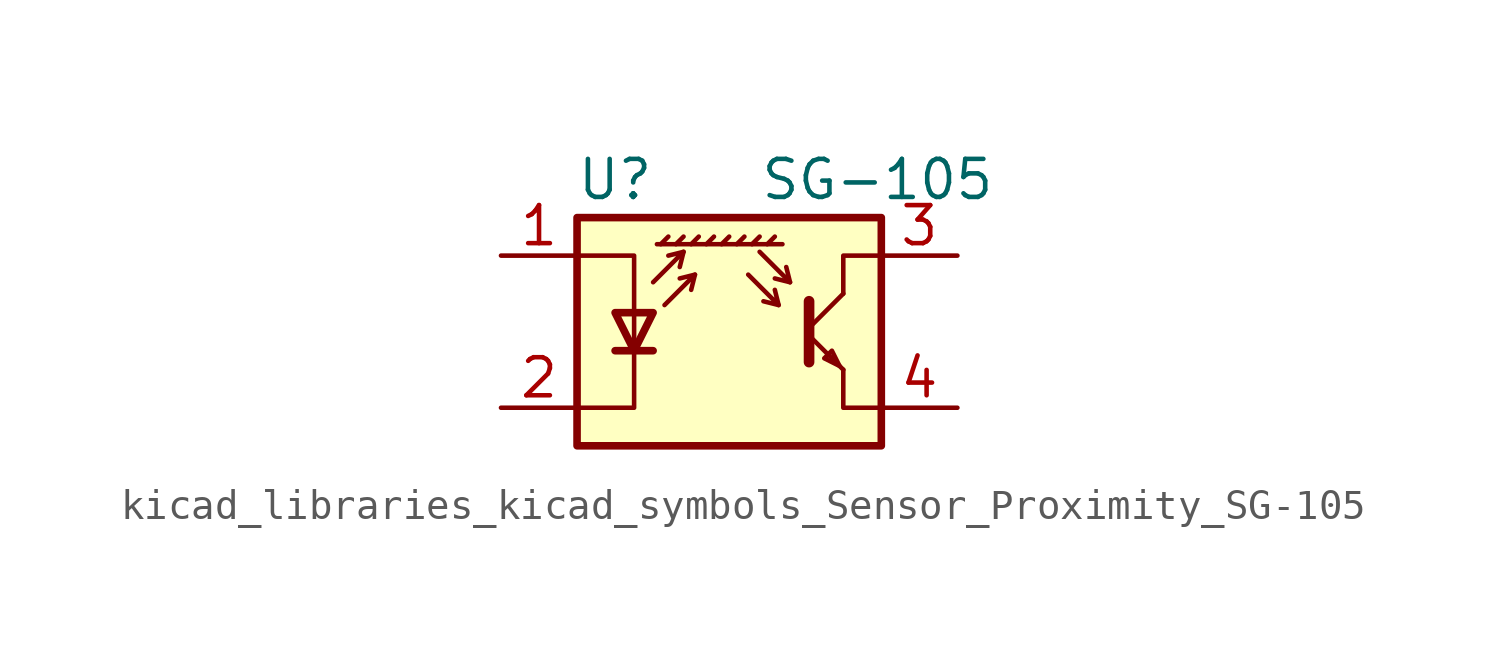
<source format=kicad_sym>
(kicad_symbol_lib
  (version 20220914)
  (generator kicad_symbol_editor)
  (symbol "kicad_libraries_kicad_symbols_Sensor_Proximity_SG-105"
    (pin_names
      (offset 1.016) hide)
    (property "Reference" "U"
      (at -3.81 5.08 0)
      (effects (font (size 1.27 1.27))))
    (property "Value" "SG-105"
      (at 8.89 5.08 0)
      (effects (font (size 1.27 1.27)) (justify right)))
    (symbol "kicad_libraries_kicad_symbols_Sensor_Proximity_SG-105_0_1"
      (polyline (pts (xy -3.81 -0.635) (xy -2.54 -0.635)) (stroke (width 0.254) (type default)) (fill (type none)))
      (polyline (pts (xy -2.286 2.921) (xy -2.032 3.175)) (stroke (width 0) (type default)) (fill (type none)))
      (polyline (pts (xy -1.778 2.921) (xy -1.524 3.175)) (stroke (width 0) (type default)) (fill (type none)))
      (polyline (pts (xy -1.524 2.667) (xy -1.651 2.159)) (stroke (width 0) (type default)) (fill (type none)))
      (polyline (pts (xy -1.27 2.921) (xy -1.016 3.175)) (stroke (width 0) (type default)) (fill (type none)))
      (polyline (pts (xy -1.143 1.905) (xy -1.27 1.397)) (stroke (width 0) (type default)) (fill (type none)))
      (polyline (pts (xy -0.762 2.921) (xy -0.508 3.175)) (stroke (width 0) (type default)) (fill (type none)))
      (polyline (pts (xy -0.254 2.921) (xy 0 3.175)) (stroke (width 0) (type default)) (fill (type none)))
      (polyline (pts (xy 0.254 2.921) (xy 0.508 3.175)) (stroke (width 0) (type default)) (fill (type none)))
      (polyline (pts (xy 0.762 2.921) (xy 1.016 3.175)) (stroke (width 0) (type default)) (fill (type none)))
      (polyline (pts (xy 1.27 2.921) (xy 1.524 3.175)) (stroke (width 0) (type default)) (fill (type none)))
      (polyline (pts (xy 1.651 0.889) (xy 1.143 1.016)) (stroke (width 0) (type default)) (fill (type none)))
      (polyline (pts (xy 1.778 2.921) (xy -2.413 2.921)) (stroke (width 0) (type default)) (fill (type none)))
      (polyline (pts (xy 2.032 1.651) (xy 1.524 1.778)) (stroke (width 0) (type default)) (fill (type none)))
      (polyline (pts (xy 2.667 -0.127) (xy 3.81 -1.27)) (stroke (width 0) (type default)) (fill (type none)))
      (polyline (pts (xy 2.667 0.127) (xy 3.81 1.27)) (stroke (width 0) (type default)) (fill (type none)))
      (polyline (pts (xy -2.54 1.651) (xy -1.524 2.667) (xy -2.032 2.54)) (stroke (width 0) (type default)) (fill (type none)))
      (polyline (pts (xy -2.159 0.889) (xy -1.143 1.905) (xy -1.651 1.778)) (stroke (width 0) (type default)) (fill (type none)))
      (polyline (pts (xy 0.635 1.905) (xy 1.651 0.889) (xy 1.524 1.397)) (stroke (width 0) (type default)) (fill (type none)))
      (polyline (pts (xy 1.016 2.667) (xy 2.032 1.651) (xy 1.905 2.159)) (stroke (width 0) (type default)) (fill (type none)))
      (polyline (pts (xy 2.667 1.016) (xy 2.667 -1.016) (xy 2.667 -1.016)) (stroke (width 0.356) (type default)) (fill (type none)))
      (polyline (pts (xy 3.81 -1.27) (xy 3.81 -2.54) (xy 5.08 -2.54)) (stroke (width 0) (type default)) (fill (type none)))
      (polyline (pts (xy 3.81 1.27) (xy 3.81 2.54) (xy 5.08 2.54)) (stroke (width 0) (type default)) (fill (type none)))
      (polyline (pts (xy -5.08 -2.54) (xy -3.175 -2.54) (xy -3.175 2.54) (xy -5.08 2.54)) (stroke (width 0) (type default)) (fill (type none)))
      (polyline (pts (xy -3.175 -0.635) (xy -3.81 0.635) (xy -2.54 0.635) (xy -3.175 -0.635)) (stroke (width 0.254) (type default)) (fill (type none)))
      (polyline (pts (xy 3.683 -1.143) (xy 3.429 -0.635) (xy 3.175 -0.889) (xy 3.683 -1.143)) (stroke (width 0) (type default)) (fill (type none)))
      (polyline (pts (xy -5.08 -3.81) (xy 5.08 -3.81) (xy 5.08 3.81) (xy -5.08 3.81) (xy -5.08 -3.81)) (stroke (width 0.254) (type default)) (fill (type background))))
    (symbol "kicad_libraries_kicad_symbols_Sensor_Proximity_SG-105_1_1"
      (pin passive line (at -7.62 2.54 0) (length 2.54) (name "A" (effects (font (size 1.27 1.27)))) (number "1" (effects (font (size 1.27 1.27)))))
      (pin passive line (at -7.62 -2.54 0) (length 2.54) (name "K" (effects (font (size 1.27 1.27)))) (number "2" (effects (font (size 1.27 1.27)))))
      (pin open_collector line (at 7.62 2.54 180) (length 2.54) (name "C" (effects (font (size 1.27 1.27)))) (number "3" (effects (font (size 1.27 1.27)))))
      (pin open_emitter line (at 7.62 -2.54 180) (length 2.54) (name "E" (effects (font (size 1.27 1.27)))) (number "4" (effects (font (size 1.27 1.27))))))))
</source>
